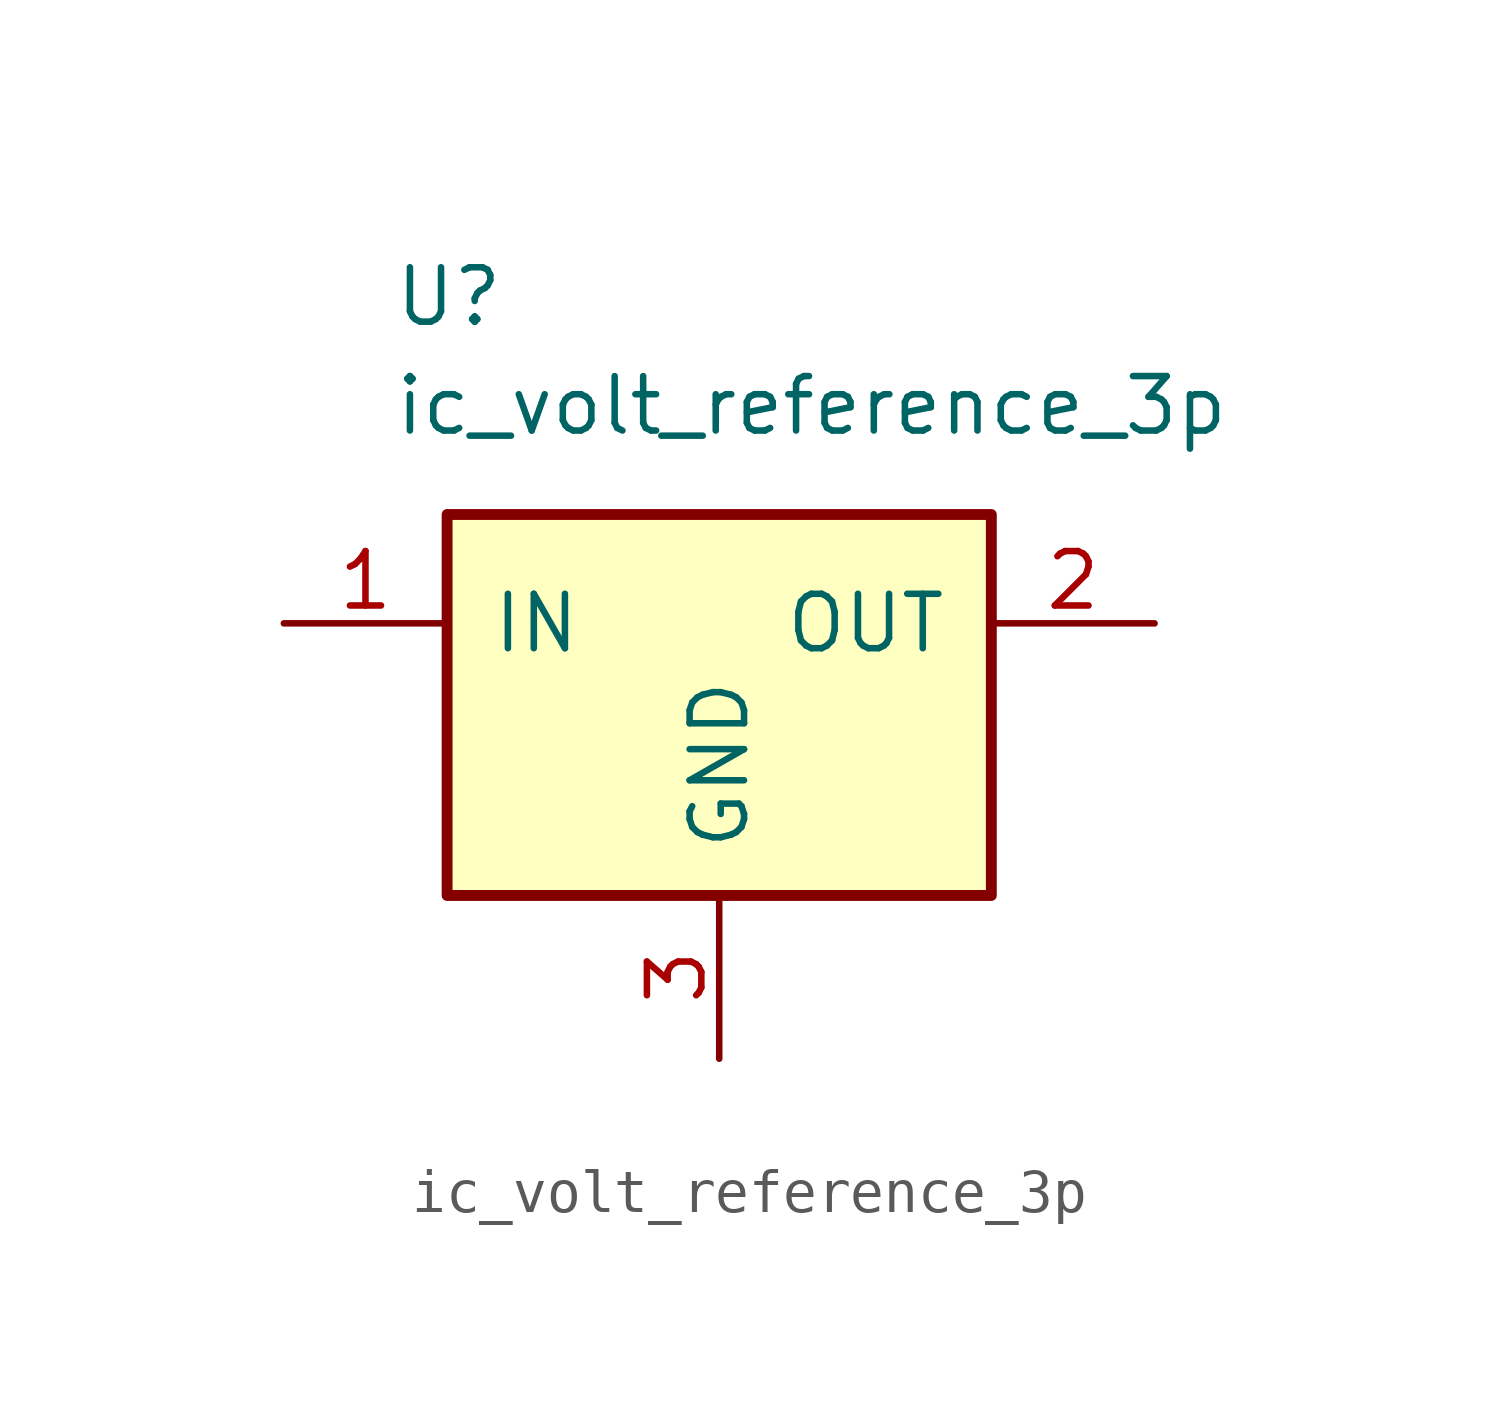
<source format=kicad_sym>
(kicad_symbol_lib
  (version 20241209)
  (generator "kicad_symbol_editor")
  (generator_version "9.0")
  (symbol "ic_volt_reference_3p"
    (pin_names
      (offset 1.016))
    (property "Reference" "U"
      (at 2.54 7.62 0)
      (effects (font (size 1.27 1.27)) (justify left)))
    (property "Value" "ic_volt_reference_3p"
      (at 2.54 5.08 0)
      (effects (font (size 1.27 1.27)) (justify left)))
    (symbol "ic_volt_reference_3p_0_1"
      (rectangle (start 3.81 2.54) (end 16.51 -6.35) (stroke (width 0.254) (type default)) (fill (type background))))
    (symbol "ic_volt_reference_3p_1_1"
      (pin input line (at 0 0 0) (length 3.81) (name "IN" (effects (font (size 1.27 1.27)))) (number "1" (effects (font (size 1.27 1.27)))))
      (pin power_in line (at 10.16 -10.16 90) (length 3.81) (name "GND" (effects (font (size 1.27 1.27)))) (number "3" (effects (font (size 1.27 1.27)))))
      (pin output line (at 20.32 0 180) (length 3.81) (name "OUT" (effects (font (size 1.27 1.27)))) (number "2" (effects (font (size 1.27 1.27))))))))
</source>
